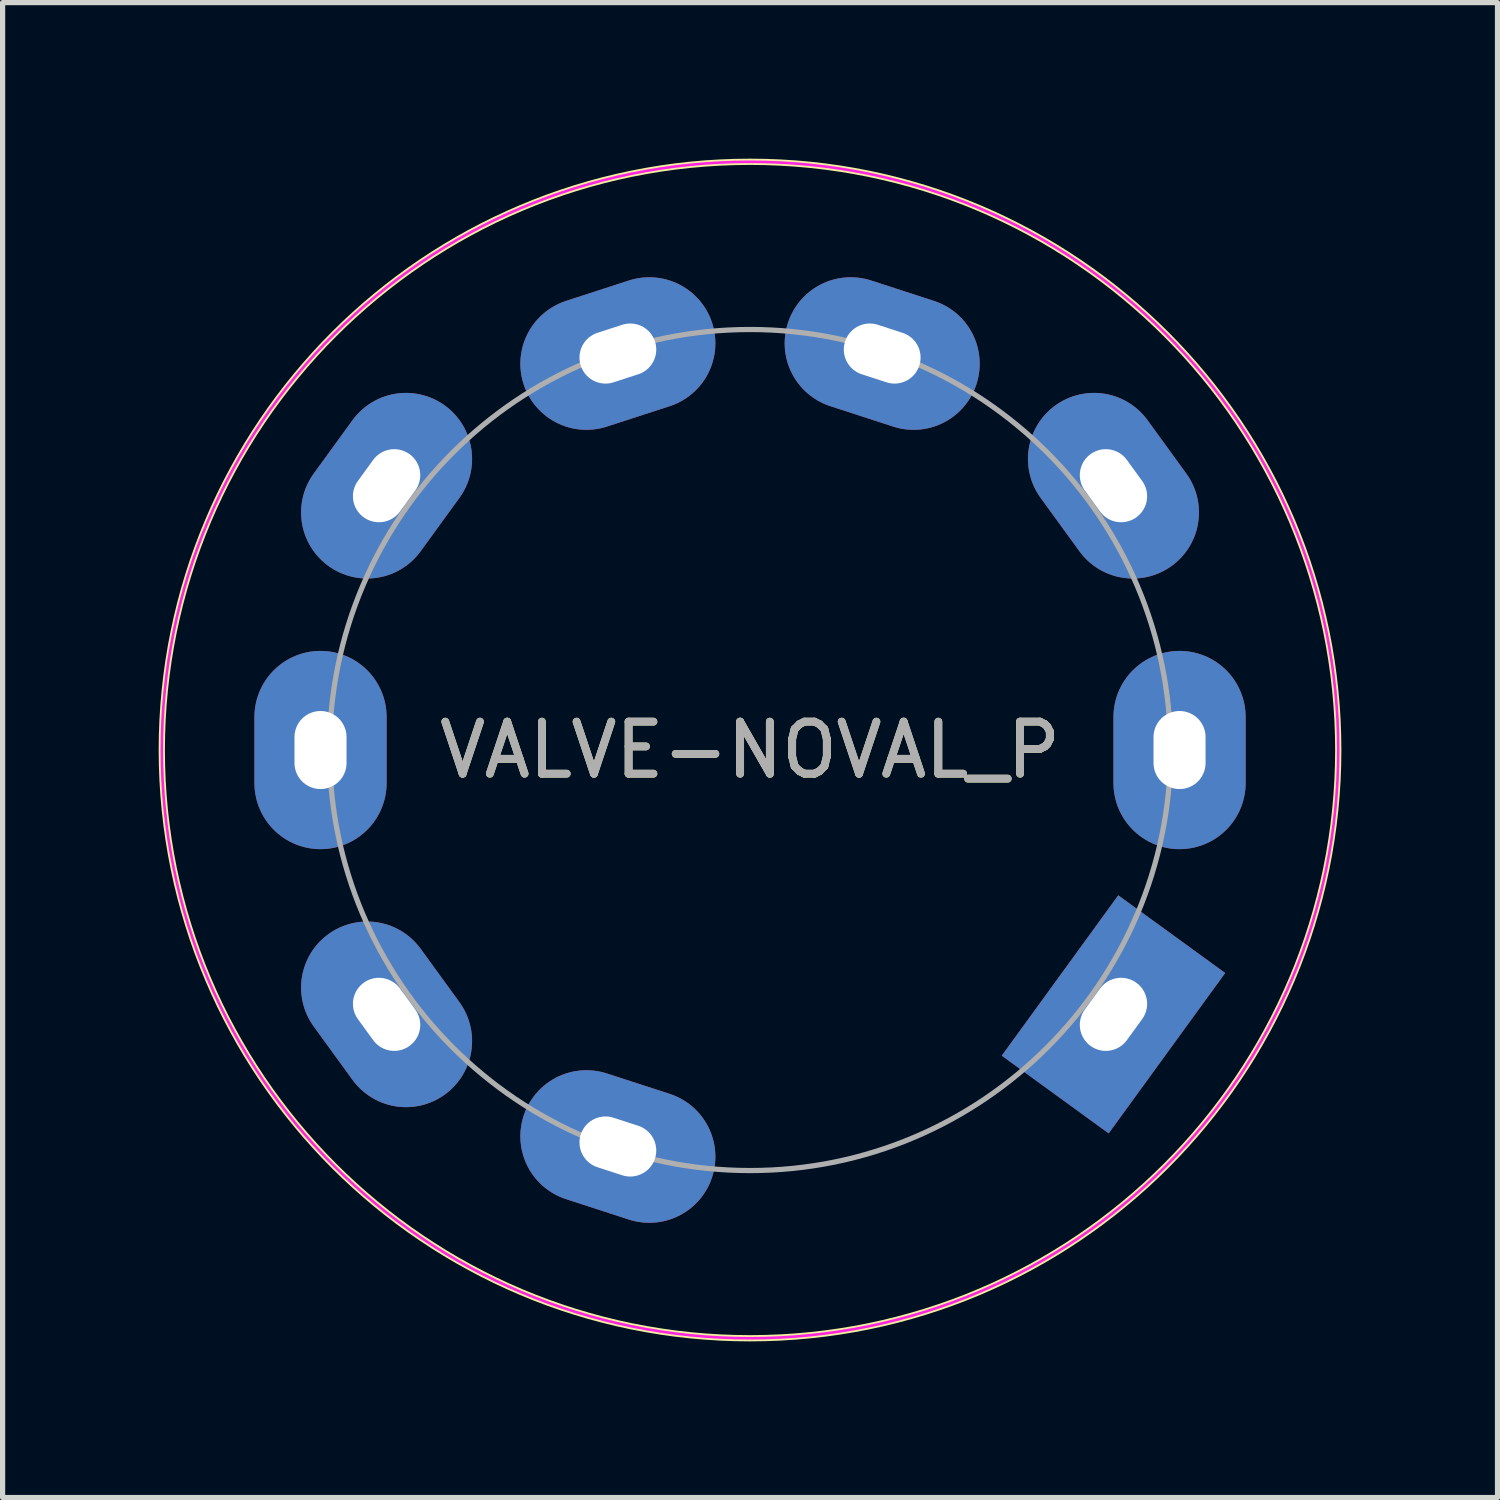
<source format=kicad_pcb>
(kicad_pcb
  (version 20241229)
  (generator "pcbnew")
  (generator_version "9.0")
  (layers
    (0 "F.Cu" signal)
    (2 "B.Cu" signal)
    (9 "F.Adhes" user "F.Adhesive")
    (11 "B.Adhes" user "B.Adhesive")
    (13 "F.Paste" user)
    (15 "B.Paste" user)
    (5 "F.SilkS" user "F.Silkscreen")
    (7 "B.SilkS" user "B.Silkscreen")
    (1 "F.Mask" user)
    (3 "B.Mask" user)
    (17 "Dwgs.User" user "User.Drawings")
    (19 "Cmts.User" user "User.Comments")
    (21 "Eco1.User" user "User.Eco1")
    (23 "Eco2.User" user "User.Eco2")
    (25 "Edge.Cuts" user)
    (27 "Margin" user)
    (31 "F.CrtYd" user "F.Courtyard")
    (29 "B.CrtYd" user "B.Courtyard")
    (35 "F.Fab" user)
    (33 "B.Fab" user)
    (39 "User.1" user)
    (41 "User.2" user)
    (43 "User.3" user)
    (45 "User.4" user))
  (footprint "VALVE-NOVAL_P"
    (layer "F.Cu")
    (at 18.985 16.445)
    (property "Reference" "VALVE-NOVAL_P" (at -7.62 -5.08 0) (layer "F.SilkS") (effects (font (size 1 1) (thickness 0.15))))
    (attr through_hole)
    (fp_circle (center -7.62 -5.08) (end 1.63 1.42) (stroke (width 0.12) (type solid)) (fill no) (layer "F.SilkS"))
    (fp_circle (center -7.62 -5.08) (end 1.63 1.42) (stroke (width 0.05) (type solid)) (fill no) (layer "F.CrtYd"))
    (fp_circle (center -7.62 -5.08) (end -13.34 0.63) (stroke (width 0.1) (type solid)) (fill no) (layer "F.Fab"))
    (fp_text user "${REFERENCE}" (at -7.62 -5.08 0) (layer "F.Fab") (effects (font (size 1 1) (thickness 0.15))))
    (pad "1" thru_hole rect (at -0.635 0 324) (size 2.54 3.81) (drill oval 1 1.5) (layers "*.Cu" "*.Mask"))
    (pad "2" thru_hole oval (at 0.635 -5.08) (size 2.54 3.81) (drill oval 1 1.5) (layers "*.Cu" "*.Mask"))
    (pad "3" thru_hole oval (at -0.635 -10.16 36) (size 2.54 3.81) (drill oval 1 1.5) (layers "*.Cu" "*.Mask"))
    (pad "4" thru_hole oval (at -5.08 -12.7 72) (size 2.54 3.81) (drill oval 1 1.5) (layers "*.Cu" "*.Mask"))
    (pad "5" thru_hole oval (at -10.16 -12.7 288) (size 2.54 3.81) (drill oval 1 1.5) (layers "*.Cu" "*.Mask"))
    (pad "6" thru_hole oval (at -14.605 -10.16 324) (size 2.54 3.81) (drill oval 1 1.5) (layers "*.Cu" "*.Mask"))
    (pad "7" thru_hole oval (at -15.875 -5.08) (size 2.54 3.81) (drill oval 1 1.5) (layers "*.Cu" "*.Mask"))
    (pad "8" thru_hole oval (at -14.605 0 36) (size 2.54 3.81) (drill oval 1 1.5) (layers "*.Cu" "*.Mask"))
    (pad "9" thru_hole oval (at -10.16 2.54 72) (size 2.54 3.81) (drill oval 1 1.5) (layers "*.Cu" "*.Mask")))
  (gr_rect
    (start -3 -3)
    (end 25.731 25.731)
    (stroke (width 0.1) (type default))
    (fill no)
    (layer "Edge.Cuts")))
</source>
